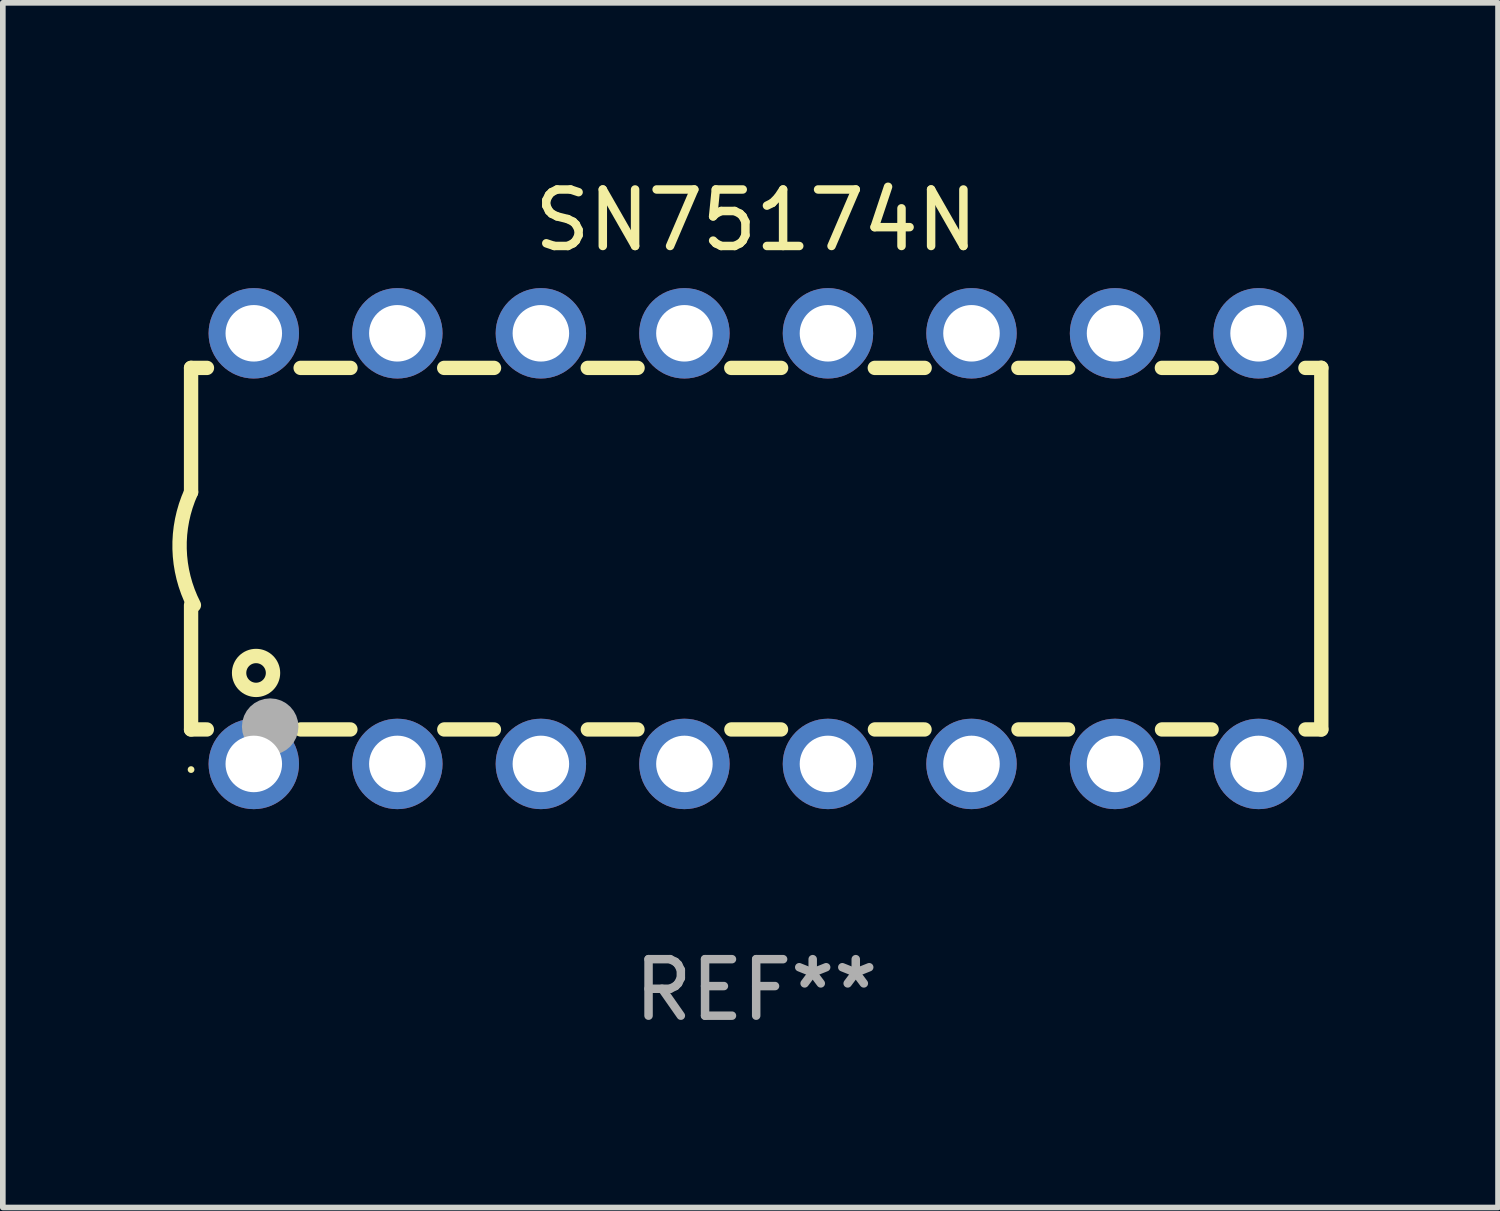
<source format=kicad_pcb>
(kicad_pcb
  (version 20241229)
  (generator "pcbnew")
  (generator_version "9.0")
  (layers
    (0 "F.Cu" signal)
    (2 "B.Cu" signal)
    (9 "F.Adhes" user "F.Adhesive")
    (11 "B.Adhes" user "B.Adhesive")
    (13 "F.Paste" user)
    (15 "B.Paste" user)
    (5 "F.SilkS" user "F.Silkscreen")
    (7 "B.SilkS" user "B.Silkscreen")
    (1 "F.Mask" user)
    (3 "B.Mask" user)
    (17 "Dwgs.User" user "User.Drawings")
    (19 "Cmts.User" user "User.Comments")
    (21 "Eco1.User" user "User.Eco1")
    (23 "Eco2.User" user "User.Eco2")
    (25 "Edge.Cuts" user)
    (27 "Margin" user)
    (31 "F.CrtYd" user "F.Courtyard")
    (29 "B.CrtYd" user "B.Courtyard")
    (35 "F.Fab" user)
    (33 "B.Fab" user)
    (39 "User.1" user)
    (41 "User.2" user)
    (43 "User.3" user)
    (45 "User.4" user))
  (footprint "SN75174N"
    (layer "F.Cu")
    (at 10.331 6.658)
    (property "Reference" "SN75174N" (at 0 -5.81 0) (layer "F.SilkS") (effects (font (size 1 1) (thickness 0.15))))
    (attr through_hole)
    (fp_line (start -10 -3.198) (end -9.719 -3.198) (stroke (width 0.254) (type solid)) (layer "F.SilkS"))
    (fp_line (start -10 -0.998) (end -10 -3.198) (stroke (width 0.254) (type solid)) (layer "F.SilkS"))
    (fp_line (start -10 3.2) (end -10 1) (stroke (width 0.254) (type solid)) (layer "F.SilkS"))
    (fp_line (start -10 3.2) (end -9.721 3.2) (stroke (width 0.254) (type solid)) (layer "F.SilkS"))
    (fp_line (start -8.061 -3.198) (end -7.179 -3.198) (stroke (width 0.254) (type solid)) (layer "F.SilkS"))
    (fp_line (start -8.059 3.2) (end -7.181 3.2) (stroke (width 0.254) (type solid)) (layer "F.SilkS"))
    (fp_line (start -5.521 -3.198) (end -4.639 -3.198) (stroke (width 0.254) (type solid)) (layer "F.SilkS"))
    (fp_line (start -5.519 3.2) (end -4.641 3.2) (stroke (width 0.254) (type solid)) (layer "F.SilkS"))
    (fp_line (start -2.981 -3.198) (end -2.099 -3.198) (stroke (width 0.254) (type solid)) (layer "F.SilkS"))
    (fp_line (start -2.979 3.2) (end -2.101 3.2) (stroke (width 0.254) (type solid)) (layer "F.SilkS"))
    (fp_line (start -0.441 -3.198) (end 0.441 -3.198) (stroke (width 0.254) (type solid)) (layer "F.SilkS"))
    (fp_line (start -0.439 3.2) (end 0.439 3.2) (stroke (width 0.254) (type solid)) (layer "F.SilkS"))
    (fp_line (start 2.099 -3.198) (end 2.981 -3.198) (stroke (width 0.254) (type solid)) (layer "F.SilkS"))
    (fp_line (start 2.101 3.2) (end 2.979 3.2) (stroke (width 0.254) (type solid)) (layer "F.SilkS"))
    (fp_line (start 4.639 -3.198) (end 5.521 -3.198) (stroke (width 0.254) (type solid)) (layer "F.SilkS"))
    (fp_line (start 4.641 3.2) (end 5.519 3.2) (stroke (width 0.254) (type solid)) (layer "F.SilkS"))
    (fp_line (start 7.179 -3.198) (end 8.061 -3.198) (stroke (width 0.254) (type solid)) (layer "F.SilkS"))
    (fp_line (start 7.181 3.2) (end 8.059 3.2) (stroke (width 0.254) (type solid)) (layer "F.SilkS"))
    (fp_line (start 9.719 -3.198) (end 10 -3.198) (stroke (width 0.254) (type solid)) (layer "F.SilkS"))
    (fp_line (start 9.721 3.2) (end 10 3.2) (stroke (width 0.254) (type solid)) (layer "F.SilkS"))
    (fp_line (start 10 3.2) (end 10 -3.2) (stroke (width 0.254) (type solid)) (layer "F.SilkS"))
    (fp_arc (start -9.949962 1) (mid -10.203153 0.005709) (end -10 -1) (stroke (width 0.254001) (type solid)) (layer "F.SilkS"))
    (fp_circle (center -10 3.91) (end -9.97 3.91) (stroke (width 0.06) (type solid)) (fill no) (layer "F.SilkS"))
    (fp_circle (center -8.85 2.2) (end -8.55 2.2) (stroke (width 0.254) (type solid)) (fill no) (layer "F.SilkS"))
    (fp_circle (center -8.6 3.15) (end -8.35 3.15) (stroke (width 0.5) (type solid)) (fill no) (layer "F.Fab"))
    (fp_text user "REF**" (at 0 7.81 0) (layer "F.Fab") (effects (font (size 1 1) (thickness 0.15))))
    (pad "1" thru_hole circle (at -8.89 3.81) (size 1.6 1.6) (drill 1) (layers "*.Cu" "*.Mask"))
    (pad "2" thru_hole circle (at -6.35 3.81) (size 1.6 1.6) (drill 1) (layers "*.Cu" "*.Mask"))
    (pad "3" thru_hole circle (at -3.81 3.81) (size 1.6 1.6) (drill 1) (layers "*.Cu" "*.Mask"))
    (pad "4" thru_hole circle (at -1.27 3.81) (size 1.6 1.6) (drill 1) (layers "*.Cu" "*.Mask"))
    (pad "5" thru_hole circle (at 1.27 3.81) (size 1.6 1.6) (drill 1) (layers "*.Cu" "*.Mask"))
    (pad "6" thru_hole circle (at 3.81 3.81) (size 1.6 1.6) (drill 1) (layers "*.Cu" "*.Mask"))
    (pad "7" thru_hole circle (at 6.35 3.81) (size 1.6 1.6) (drill 1) (layers "*.Cu" "*.Mask"))
    (pad "8" thru_hole circle (at 8.89 3.81) (size 1.6 1.6) (drill 1) (layers "*.Cu" "*.Mask"))
    (pad "9" thru_hole circle (at 8.89 -3.81) (size 1.6 1.6) (drill 1) (layers "*.Cu" "*.Mask"))
    (pad "10" thru_hole circle (at 6.35 -3.81) (size 1.6 1.6) (drill 1) (layers "*.Cu" "*.Mask"))
    (pad "11" thru_hole circle (at 3.81 -3.81) (size 1.6 1.6) (drill 1) (layers "*.Cu" "*.Mask"))
    (pad "12" thru_hole circle (at 1.27 -3.81) (size 1.6 1.6) (drill 1) (layers "*.Cu" "*.Mask"))
    (pad "13" thru_hole circle (at -1.27 -3.81) (size 1.6 1.6) (drill 1) (layers "*.Cu" "*.Mask"))
    (pad "14" thru_hole circle (at -3.81 -3.81) (size 1.6 1.6) (drill 1) (layers "*.Cu" "*.Mask"))
    (pad "15" thru_hole circle (at -6.35 -3.81) (size 1.6 1.6) (drill 1) (layers "*.Cu" "*.Mask"))
    (pad "16" thru_hole circle (at -8.89 -3.81) (size 1.6 1.6) (drill 1) (layers "*.Cu" "*.Mask")))
  (gr_rect
    (start -3 -3)
    (end 23.458 18.317)
    (stroke (width 0.1) (type default))
    (fill no)
    (layer "Edge.Cuts")))
</source>
